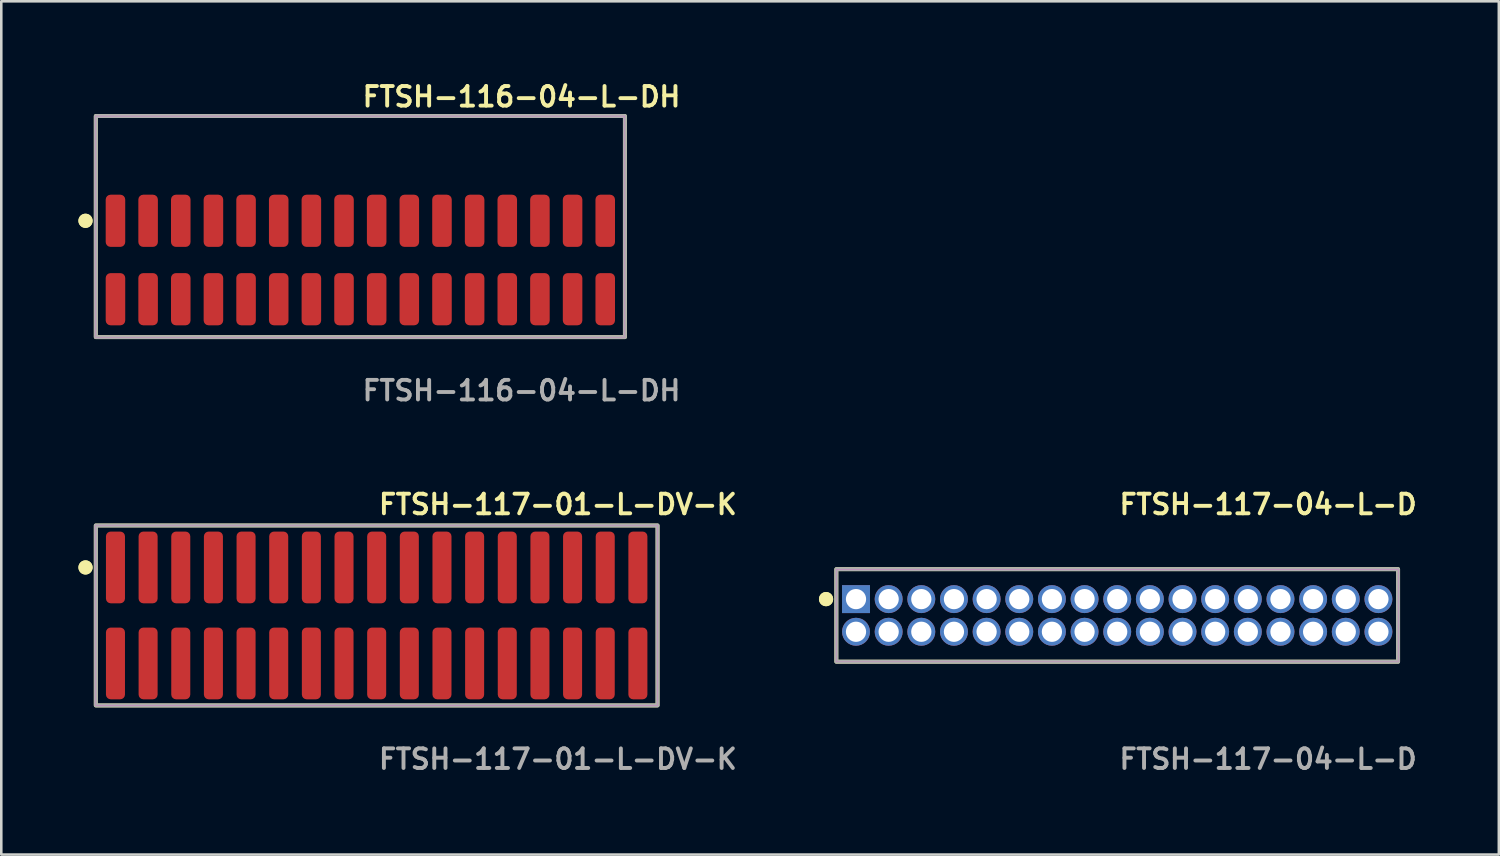
<source format=kicad_pcb>
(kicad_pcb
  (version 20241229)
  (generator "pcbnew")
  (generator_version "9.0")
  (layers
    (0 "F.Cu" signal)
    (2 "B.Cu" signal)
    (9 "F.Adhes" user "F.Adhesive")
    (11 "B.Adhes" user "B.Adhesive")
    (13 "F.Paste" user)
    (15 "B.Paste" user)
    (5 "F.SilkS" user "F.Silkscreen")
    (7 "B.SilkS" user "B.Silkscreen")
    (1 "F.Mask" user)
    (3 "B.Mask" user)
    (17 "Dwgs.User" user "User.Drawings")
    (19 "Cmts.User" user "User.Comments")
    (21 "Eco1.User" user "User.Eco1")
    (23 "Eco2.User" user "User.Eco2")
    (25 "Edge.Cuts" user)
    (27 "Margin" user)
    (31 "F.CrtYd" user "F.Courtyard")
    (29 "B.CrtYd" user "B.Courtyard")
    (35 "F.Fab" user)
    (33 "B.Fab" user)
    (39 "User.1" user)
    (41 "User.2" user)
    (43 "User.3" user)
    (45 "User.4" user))
  (footprint "FTSH-117-01-L-DV-K"
    (layer "F.Cu")
    (at 11.601 20.888)
    (property "Reference" "FTSH-117-01-L-DV-K" (at 0 -4.318 0) (unlocked yes) (layer "F.SilkS") (effects (font (size 0.762 0.762) (thickness 0.152)) (justify left)))
    (fp_rect (start -10.925 3.5) (end 10.925 -3.5) (stroke (width 0.152) (type solid)) (fill no) (layer "F.SilkS"))
    (fp_circle (center -11.325 -1.867) (end -11.525 -1.867) (stroke (width 0.152) (type solid)) (fill yes) (layer "F.SilkS"))
    (fp_circle (center -11.325 -1.867) (end -11.525 -1.867) (stroke (width 0.152) (type solid)) (fill yes) (layer "F.SilkS"))
    (fp_rect (start -10.925 3.5) (end 10.925 -3.5) (stroke (width 0.006) (type solid)) (fill no) (layer "F.CrtYd"))
    (fp_rect (start -10.925 3.5) (end 10.925 -3.5) (stroke (width 0.152) (type solid)) (fill no) (layer "F.Fab"))
    (fp_text user "${REFERENCE}" (at 0 5.588 0) (unlocked yes) (layer "F.Fab") (effects (font (size 0.762 0.762) (thickness 0.152)) (justify left)))
    (pad "1" smd roundrect (at -10.16 -1.867) (size 0.74 2.79) (layers "F.Cu" "F.Paste") (roundrect_rratio 0.25))
    (pad "2" smd roundrect (at -10.16 1.867) (size 0.74 2.79) (layers "F.Cu" "F.Paste") (roundrect_rratio 0.25))
    (pad "3" smd roundrect (at -8.89 -1.867) (size 0.74 2.79) (layers "F.Cu" "F.Paste") (roundrect_rratio 0.25))
    (pad "4" smd roundrect (at -8.89 1.867) (size 0.74 2.79) (layers "F.Cu" "F.Paste") (roundrect_rratio 0.25))
    (pad "5" smd roundrect (at -7.62 -1.867) (size 0.74 2.79) (layers "F.Cu" "F.Paste") (roundrect_rratio 0.25))
    (pad "6" smd roundrect (at -7.62 1.867) (size 0.74 2.79) (layers "F.Cu" "F.Paste") (roundrect_rratio 0.25))
    (pad "7" smd roundrect (at -6.35 -1.867) (size 0.74 2.79) (layers "F.Cu" "F.Paste") (roundrect_rratio 0.25))
    (pad "8" smd roundrect (at -6.35 1.867) (size 0.74 2.79) (layers "F.Cu" "F.Paste") (roundrect_rratio 0.25))
    (pad "9" smd roundrect (at -5.08 -1.867) (size 0.74 2.79) (layers "F.Cu" "F.Paste") (roundrect_rratio 0.25))
    (pad "10" smd roundrect (at -5.08 1.867) (size 0.74 2.79) (layers "F.Cu" "F.Paste") (roundrect_rratio 0.25))
    (pad "11" smd roundrect (at -3.81 -1.867) (size 0.74 2.79) (layers "F.Cu" "F.Paste") (roundrect_rratio 0.25))
    (pad "12" smd roundrect (at -3.81 1.867) (size 0.74 2.79) (layers "F.Cu" "F.Paste") (roundrect_rratio 0.25))
    (pad "13" smd roundrect (at -2.54 -1.867) (size 0.74 2.79) (layers "F.Cu" "F.Paste") (roundrect_rratio 0.25))
    (pad "14" smd roundrect (at -2.54 1.867) (size 0.74 2.79) (layers "F.Cu" "F.Paste") (roundrect_rratio 0.25))
    (pad "15" smd roundrect (at -1.27 -1.867) (size 0.74 2.79) (layers "F.Cu" "F.Paste") (roundrect_rratio 0.25))
    (pad "16" smd roundrect (at -1.27 1.867) (size 0.74 2.79) (layers "F.Cu" "F.Paste") (roundrect_rratio 0.25))
    (pad "17" smd roundrect (at 0 -1.867) (size 0.74 2.79) (layers "F.Cu" "F.Paste") (roundrect_rratio 0.25))
    (pad "18" smd roundrect (at 0 1.867) (size 0.74 2.79) (layers "F.Cu" "F.Paste") (roundrect_rratio 0.25))
    (pad "19" smd roundrect (at 1.27 -1.867) (size 0.74 2.79) (layers "F.Cu" "F.Paste") (roundrect_rratio 0.25))
    (pad "20" smd roundrect (at 1.27 1.867) (size 0.74 2.79) (layers "F.Cu" "F.Paste") (roundrect_rratio 0.25))
    (pad "21" smd roundrect (at 2.54 -1.867) (size 0.74 2.79) (layers "F.Cu" "F.Paste") (roundrect_rratio 0.25))
    (pad "22" smd roundrect (at 2.54 1.867) (size 0.74 2.79) (layers "F.Cu" "F.Paste") (roundrect_rratio 0.25))
    (pad "23" smd roundrect (at 3.81 -1.867) (size 0.74 2.79) (layers "F.Cu" "F.Paste") (roundrect_rratio 0.25))
    (pad "24" smd roundrect (at 3.81 1.867) (size 0.74 2.79) (layers "F.Cu" "F.Paste") (roundrect_rratio 0.25))
    (pad "25" smd roundrect (at 5.08 -1.867) (size 0.74 2.79) (layers "F.Cu" "F.Paste") (roundrect_rratio 0.25))
    (pad "26" smd roundrect (at 5.08 1.867) (size 0.74 2.79) (layers "F.Cu" "F.Paste") (roundrect_rratio 0.25))
    (pad "27" smd roundrect (at 6.35 -1.867) (size 0.74 2.79) (layers "F.Cu" "F.Paste") (roundrect_rratio 0.25))
    (pad "28" smd roundrect (at 6.35 1.867) (size 0.74 2.79) (layers "F.Cu" "F.Paste") (roundrect_rratio 0.25))
    (pad "29" smd roundrect (at 7.62 -1.867) (size 0.74 2.79) (layers "F.Cu" "F.Paste") (roundrect_rratio 0.25))
    (pad "30" smd roundrect (at 7.62 1.867) (size 0.74 2.79) (layers "F.Cu" "F.Paste") (roundrect_rratio 0.25))
    (pad "31" smd roundrect (at 8.89 -1.867) (size 0.74 2.79) (layers "F.Cu" "F.Paste") (roundrect_rratio 0.25))
    (pad "32" smd roundrect (at 8.89 1.867) (size 0.74 2.79) (layers "F.Cu" "F.Paste") (roundrect_rratio 0.25))
    (pad "33" smd roundrect (at 10.16 -1.867) (size 0.74 2.79) (layers "F.Cu" "F.Paste") (roundrect_rratio 0.25))
    (pad "34" smd roundrect (at 10.16 1.867) (size 0.74 2.79) (layers "F.Cu" "F.Paste") (roundrect_rratio 0.25)))
  (footprint "FTSH-117-04-L-D"
    (layer "F.Cu")
    (at 40.405 20.888)
    (property "Reference" "FTSH-117-04-L-D" (at 0 -4.318 0) (unlocked yes) (layer "F.SilkS") (effects (font (size 0.762 0.762) (thickness 0.152)) (justify left)))
    (fp_rect (start -10.925 1.8) (end 10.925 -1.8) (stroke (width 0.152) (type solid)) (fill no) (layer "F.SilkS"))
    (fp_circle (center -11.325 -0.635) (end -11.525 -0.635) (stroke (width 0.152) (type solid)) (fill yes) (layer "F.SilkS"))
    (fp_circle (center -11.325 -0.635) (end -11.525 -0.635) (stroke (width 0.152) (type solid)) (fill yes) (layer "F.SilkS"))
    (fp_rect (start -10.925 1.8) (end 10.925 -1.8) (stroke (width 0.006) (type solid)) (fill no) (layer "F.CrtYd"))
    (fp_rect (start -10.925 1.8) (end 10.925 -1.8) (stroke (width 0.152) (type solid)) (fill no) (layer "F.Fab"))
    (fp_text user "${REFERENCE}" (at 0 5.588 0) (unlocked yes) (layer "F.Fab") (effects (font (size 0.762 0.762) (thickness 0.152)) (justify left)))
    (pad "1" thru_hole rect (at -10.16 -0.635) (size 1.087 1.087) (drill 0.787) (layers "*.Cu" "*.Mask"))
    (pad "2" thru_hole circle (at -10.16 0.635) (size 1.087 1.087) (drill 0.787) (layers "*.Cu" "*.Mask"))
    (pad "3" thru_hole circle (at -8.89 -0.635) (size 1.087 1.087) (drill 0.787) (layers "*.Cu" "*.Mask"))
    (pad "4" thru_hole circle (at -8.89 0.635) (size 1.087 1.087) (drill 0.787) (layers "*.Cu" "*.Mask"))
    (pad "5" thru_hole circle (at -7.62 -0.635) (size 1.087 1.087) (drill 0.787) (layers "*.Cu" "*.Mask"))
    (pad "6" thru_hole circle (at -7.62 0.635) (size 1.087 1.087) (drill 0.787) (layers "*.Cu" "*.Mask"))
    (pad "7" thru_hole circle (at -6.35 -0.635) (size 1.087 1.087) (drill 0.787) (layers "*.Cu" "*.Mask"))
    (pad "8" thru_hole circle (at -6.35 0.635) (size 1.087 1.087) (drill 0.787) (layers "*.Cu" "*.Mask"))
    (pad "9" thru_hole circle (at -5.08 -0.635) (size 1.087 1.087) (drill 0.787) (layers "*.Cu" "*.Mask"))
    (pad "10" thru_hole circle (at -5.08 0.635) (size 1.087 1.087) (drill 0.787) (layers "*.Cu" "*.Mask"))
    (pad "11" thru_hole circle (at -3.81 -0.635) (size 1.087 1.087) (drill 0.787) (layers "*.Cu" "*.Mask"))
    (pad "12" thru_hole circle (at -3.81 0.635) (size 1.087 1.087) (drill 0.787) (layers "*.Cu" "*.Mask"))
    (pad "13" thru_hole circle (at -2.54 -0.635) (size 1.087 1.087) (drill 0.787) (layers "*.Cu" "*.Mask"))
    (pad "14" thru_hole circle (at -2.54 0.635) (size 1.087 1.087) (drill 0.787) (layers "*.Cu" "*.Mask"))
    (pad "15" thru_hole circle (at -1.27 -0.635) (size 1.087 1.087) (drill 0.787) (layers "*.Cu" "*.Mask"))
    (pad "16" thru_hole circle (at -1.27 0.635) (size 1.087 1.087) (drill 0.787) (layers "*.Cu" "*.Mask"))
    (pad "17" thru_hole circle (at 0 -0.635) (size 1.087 1.087) (drill 0.787) (layers "*.Cu" "*.Mask"))
    (pad "18" thru_hole circle (at 0 0.635) (size 1.087 1.087) (drill 0.787) (layers "*.Cu" "*.Mask"))
    (pad "19" thru_hole circle (at 1.27 -0.635) (size 1.087 1.087) (drill 0.787) (layers "*.Cu" "*.Mask"))
    (pad "20" thru_hole circle (at 1.27 0.635) (size 1.087 1.087) (drill 0.787) (layers "*.Cu" "*.Mask"))
    (pad "21" thru_hole circle (at 2.54 -0.635) (size 1.087 1.087) (drill 0.787) (layers "*.Cu" "*.Mask"))
    (pad "22" thru_hole circle (at 2.54 0.635) (size 1.087 1.087) (drill 0.787) (layers "*.Cu" "*.Mask"))
    (pad "23" thru_hole circle (at 3.81 -0.635) (size 1.087 1.087) (drill 0.787) (layers "*.Cu" "*.Mask"))
    (pad "24" thru_hole circle (at 3.81 0.635) (size 1.087 1.087) (drill 0.787) (layers "*.Cu" "*.Mask"))
    (pad "25" thru_hole circle (at 5.08 -0.635) (size 1.087 1.087) (drill 0.787) (layers "*.Cu" "*.Mask"))
    (pad "26" thru_hole circle (at 5.08 0.635) (size 1.087 1.087) (drill 0.787) (layers "*.Cu" "*.Mask"))
    (pad "27" thru_hole circle (at 6.35 -0.635) (size 1.087 1.087) (drill 0.787) (layers "*.Cu" "*.Mask"))
    (pad "28" thru_hole circle (at 6.35 0.635) (size 1.087 1.087) (drill 0.787) (layers "*.Cu" "*.Mask"))
    (pad "29" thru_hole circle (at 7.62 -0.635) (size 1.087 1.087) (drill 0.787) (layers "*.Cu" "*.Mask"))
    (pad "30" thru_hole circle (at 7.62 0.635) (size 1.087 1.087) (drill 0.787) (layers "*.Cu" "*.Mask"))
    (pad "31" thru_hole circle (at 8.89 -0.635) (size 1.087 1.087) (drill 0.787) (layers "*.Cu" "*.Mask"))
    (pad "32" thru_hole circle (at 8.89 0.635) (size 1.087 1.087) (drill 0.787) (layers "*.Cu" "*.Mask"))
    (pad "33" thru_hole circle (at 10.16 -0.635) (size 1.087 1.087) (drill 0.787) (layers "*.Cu" "*.Mask"))
    (pad "34" thru_hole circle (at 10.16 0.635) (size 1.087 1.087) (drill 0.787) (layers "*.Cu" "*.Mask")))
  (footprint "FTSH-116-04-L-DH"
    (layer "F.Cu")
    (at 10.966 7.063)
    (property "Reference" "FTSH-116-04-L-DH" (at 0 -6.35 0) (unlocked yes) (layer "F.SilkS") (effects (font (size 0.762 0.762) (thickness 0.152)) (justify left)))
    (fp_rect (start -10.29 3) (end 10.29 -5.6) (stroke (width 0.152) (type solid)) (fill no) (layer "F.SilkS"))
    (fp_circle (center -10.69 -1.525) (end -10.89 -1.525) (stroke (width 0.152) (type solid)) (fill yes) (layer "F.SilkS"))
    (fp_circle (center -10.69 -1.525) (end -10.89 -1.525) (stroke (width 0.152) (type solid)) (fill yes) (layer "F.SilkS"))
    (fp_rect (start -10.29 3) (end 10.29 -5.6) (stroke (width 0.006) (type solid)) (fill no) (layer "F.CrtYd"))
    (fp_rect (start -10.29 3) (end 10.29 -5.6) (stroke (width 0.152) (type solid)) (fill no) (layer "F.Fab"))
    (fp_text user "${REFERENCE}" (at 0 5.08 0) (unlocked yes) (layer "F.Fab") (effects (font (size 0.762 0.762) (thickness 0.152)) (justify left)))
    (pad "1" smd roundrect (at -9.525 -1.525) (size 0.76 2.03) (layers "F.Cu" "F.Paste") (roundrect_rratio 0.25))
    (pad "2" smd roundrect (at -9.525 1.525) (size 0.76 2.03) (layers "F.Cu" "F.Paste") (roundrect_rratio 0.25))
    (pad "3" smd roundrect (at -8.255 -1.525) (size 0.76 2.03) (layers "F.Cu" "F.Paste") (roundrect_rratio 0.25))
    (pad "4" smd roundrect (at -8.255 1.525) (size 0.76 2.03) (layers "F.Cu" "F.Paste") (roundrect_rratio 0.25))
    (pad "5" smd roundrect (at -6.985 -1.525) (size 0.76 2.03) (layers "F.Cu" "F.Paste") (roundrect_rratio 0.25))
    (pad "6" smd roundrect (at -6.985 1.525) (size 0.76 2.03) (layers "F.Cu" "F.Paste") (roundrect_rratio 0.25))
    (pad "7" smd roundrect (at -5.715 -1.525) (size 0.76 2.03) (layers "F.Cu" "F.Paste") (roundrect_rratio 0.25))
    (pad "8" smd roundrect (at -5.715 1.525) (size 0.76 2.03) (layers "F.Cu" "F.Paste") (roundrect_rratio 0.25))
    (pad "9" smd roundrect (at -4.445 -1.525) (size 0.76 2.03) (layers "F.Cu" "F.Paste") (roundrect_rratio 0.25))
    (pad "10" smd roundrect (at -4.445 1.525) (size 0.76 2.03) (layers "F.Cu" "F.Paste") (roundrect_rratio 0.25))
    (pad "11" smd roundrect (at -3.175 -1.525) (size 0.76 2.03) (layers "F.Cu" "F.Paste") (roundrect_rratio 0.25))
    (pad "12" smd roundrect (at -3.175 1.525) (size 0.76 2.03) (layers "F.Cu" "F.Paste") (roundrect_rratio 0.25))
    (pad "13" smd roundrect (at -1.905 -1.525) (size 0.76 2.03) (layers "F.Cu" "F.Paste") (roundrect_rratio 0.25))
    (pad "14" smd roundrect (at -1.905 1.525) (size 0.76 2.03) (layers "F.Cu" "F.Paste") (roundrect_rratio 0.25))
    (pad "15" smd roundrect (at -0.635 -1.525) (size 0.76 2.03) (layers "F.Cu" "F.Paste") (roundrect_rratio 0.25))
    (pad "16" smd roundrect (at -0.635 1.525) (size 0.76 2.03) (layers "F.Cu" "F.Paste") (roundrect_rratio 0.25))
    (pad "17" smd roundrect (at 0.635 -1.525) (size 0.76 2.03) (layers "F.Cu" "F.Paste") (roundrect_rratio 0.25))
    (pad "18" smd roundrect (at 0.635 1.525) (size 0.76 2.03) (layers "F.Cu" "F.Paste") (roundrect_rratio 0.25))
    (pad "19" smd roundrect (at 1.905 -1.525) (size 0.76 2.03) (layers "F.Cu" "F.Paste") (roundrect_rratio 0.25))
    (pad "20" smd roundrect (at 1.905 1.525) (size 0.76 2.03) (layers "F.Cu" "F.Paste") (roundrect_rratio 0.25))
    (pad "21" smd roundrect (at 3.175 -1.525) (size 0.76 2.03) (layers "F.Cu" "F.Paste") (roundrect_rratio 0.25))
    (pad "22" smd roundrect (at 3.175 1.525) (size 0.76 2.03) (layers "F.Cu" "F.Paste") (roundrect_rratio 0.25))
    (pad "23" smd roundrect (at 4.445 -1.525) (size 0.76 2.03) (layers "F.Cu" "F.Paste") (roundrect_rratio 0.25))
    (pad "24" smd roundrect (at 4.445 1.525) (size 0.76 2.03) (layers "F.Cu" "F.Paste") (roundrect_rratio 0.25))
    (pad "25" smd roundrect (at 5.715 -1.525) (size 0.76 2.03) (layers "F.Cu" "F.Paste") (roundrect_rratio 0.25))
    (pad "26" smd roundrect (at 5.715 1.525) (size 0.76 2.03) (layers "F.Cu" "F.Paste") (roundrect_rratio 0.25))
    (pad "27" smd roundrect (at 6.985 -1.525) (size 0.76 2.03) (layers "F.Cu" "F.Paste") (roundrect_rratio 0.25))
    (pad "28" smd roundrect (at 6.985 1.525) (size 0.76 2.03) (layers "F.Cu" "F.Paste") (roundrect_rratio 0.25))
    (pad "29" smd roundrect (at 8.255 -1.525) (size 0.76 2.03) (layers "F.Cu" "F.Paste") (roundrect_rratio 0.25))
    (pad "30" smd roundrect (at 8.255 1.525) (size 0.76 2.03) (layers "F.Cu" "F.Paste") (roundrect_rratio 0.25))
    (pad "31" smd roundrect (at 9.525 -1.525) (size 0.76 2.03) (layers "F.Cu" "F.Paste") (roundrect_rratio 0.25))
    (pad "32" smd roundrect (at 9.525 1.525) (size 0.76 2.03) (layers "F.Cu" "F.Paste") (roundrect_rratio 0.25)))
  (gr_rect
    (start -3 -3)
    (end 55.248 30.189)
    (stroke (width 0.1) (type default))
    (fill no)
    (layer "Edge.Cuts")))
</source>
